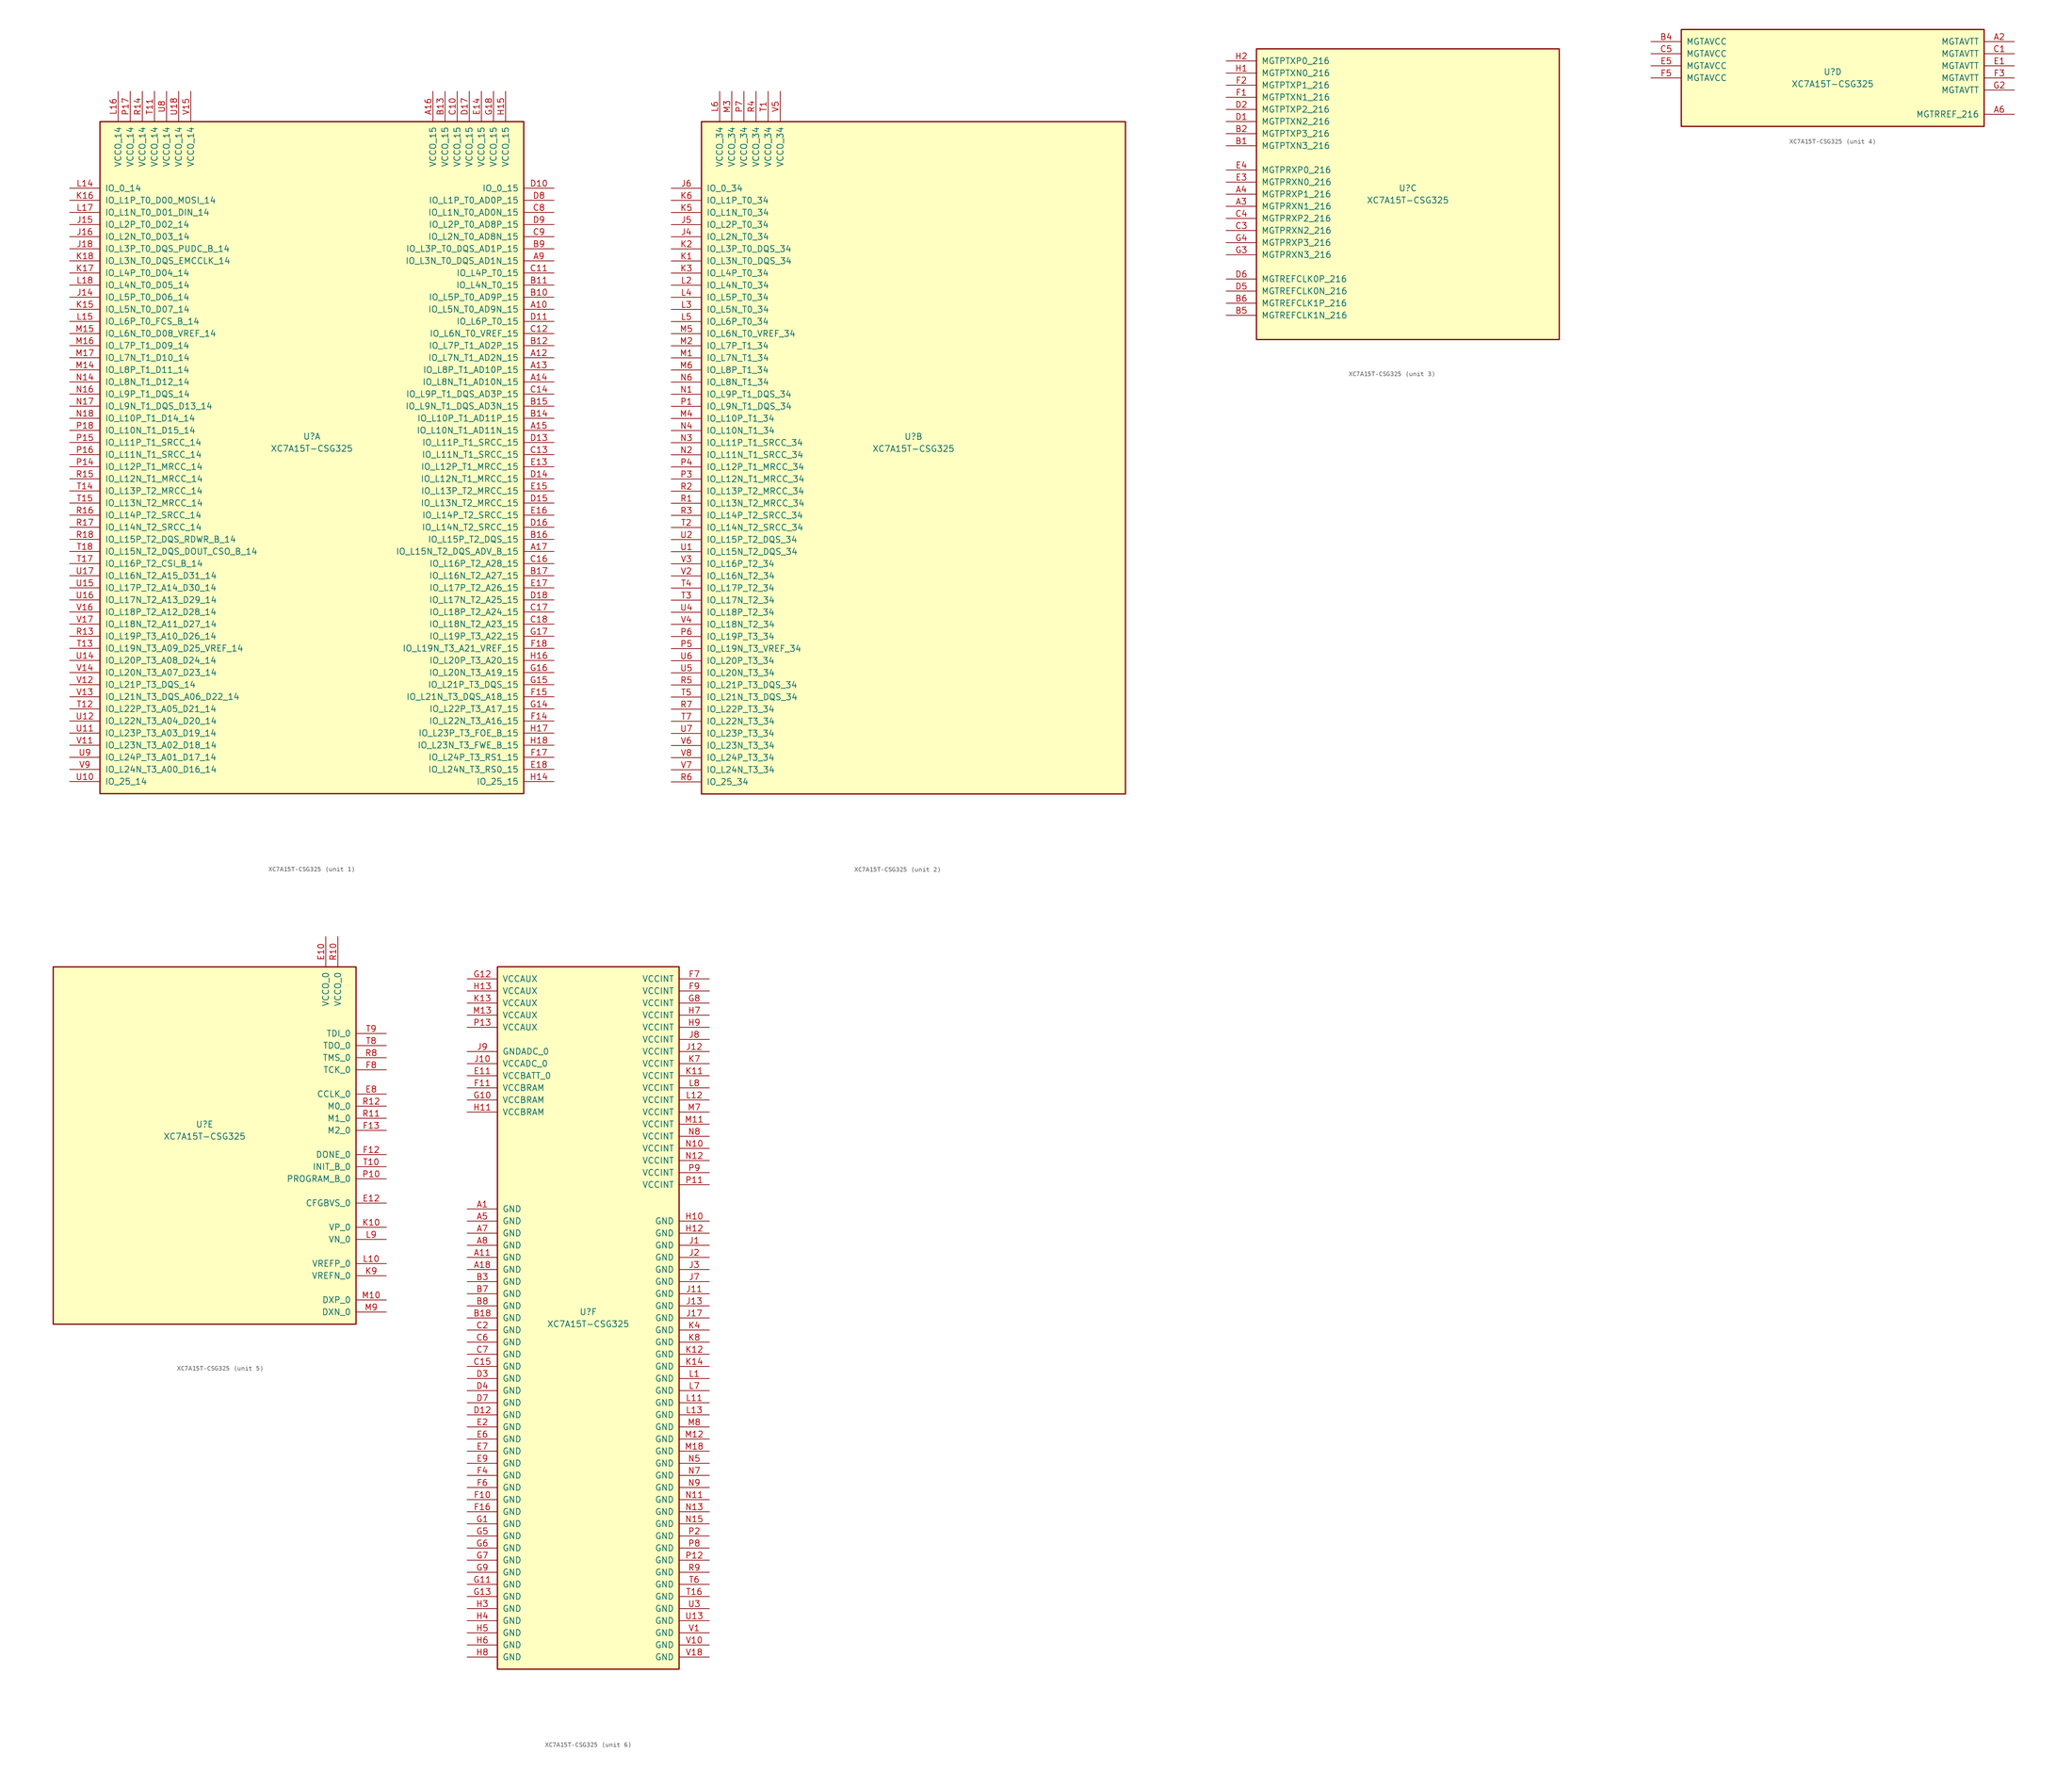
<source format=kicad_sym>
(kicad_symbol_lib
  (version 20201005)
  (generator kicad_symbol_editor)
  (symbol "XC7A15T-CSG325"
    (pin_names
      (offset 1.016))
    (property "Reference" "U"
      (at 0 1.27 0)
      (effects (font (size 1.27 1.27))))
    (property "Value" "XC7A15T-CSG325"
      (at 0 -1.27 0)
      (effects (font (size 1.27 1.27))))
    (property "Datasheet" ""
      (at 0 0 0)
      (effects (font (size 1.27 1.27))))
    (property "ki_locked" ""
      (at 0 0 0)
      (effects (font (size 1.27 1.27))))
    (symbol "XC7A15T-CSG325_1_1"
      (rectangle (start -44.45 67.31) (end 44.45 -73.66) (stroke (width 0.254)) (fill (type background)))
      (pin bidirectional line (at 50.8 27.94 180) (length 6.35) (name "IO_L5N_T0_AD9N_15" (effects (font (size 1.27 1.27)))) (number "A10" (effects (font (size 1.27 1.27)))))
      (pin bidirectional line (at 50.8 17.78 180) (length 6.35) (name "IO_L7N_T1_AD2N_15" (effects (font (size 1.27 1.27)))) (number "A12" (effects (font (size 1.27 1.27)))))
      (pin bidirectional line (at 50.8 15.24 180) (length 6.35) (name "IO_L8P_T1_AD10P_15" (effects (font (size 1.27 1.27)))) (number "A13" (effects (font (size 1.27 1.27)))))
      (pin bidirectional line (at 50.8 12.7 180) (length 6.35) (name "IO_L8N_T1_AD10N_15" (effects (font (size 1.27 1.27)))) (number "A14" (effects (font (size 1.27 1.27)))))
      (pin bidirectional line (at 50.8 2.54 180) (length 6.35) (name "IO_L10N_T1_AD11N_15" (effects (font (size 1.27 1.27)))) (number "A15" (effects (font (size 1.27 1.27)))))
      (pin power_in line (at 25.4 73.66 270) (length 6.35) (name "VCCO_15" (effects (font (size 1.27 1.27)))) (number "A16" (effects (font (size 1.27 1.27)))))
      (pin bidirectional line (at 50.8 -22.86 180) (length 6.35) (name "IO_L15N_T2_DQS_ADV_B_15" (effects (font (size 1.27 1.27)))) (number "A17" (effects (font (size 1.27 1.27)))))
      (pin bidirectional line (at 50.8 38.1 180) (length 6.35) (name "IO_L3N_T0_DQS_AD1N_15" (effects (font (size 1.27 1.27)))) (number "A9" (effects (font (size 1.27 1.27)))))
      (pin bidirectional line (at 50.8 30.48 180) (length 6.35) (name "IO_L5P_T0_AD9P_15" (effects (font (size 1.27 1.27)))) (number "B10" (effects (font (size 1.27 1.27)))))
      (pin bidirectional line (at 50.8 33.02 180) (length 6.35) (name "IO_L4N_T0_15" (effects (font (size 1.27 1.27)))) (number "B11" (effects (font (size 1.27 1.27)))))
      (pin bidirectional line (at 50.8 20.32 180) (length 6.35) (name "IO_L7P_T1_AD2P_15" (effects (font (size 1.27 1.27)))) (number "B12" (effects (font (size 1.27 1.27)))))
      (pin power_in line (at 27.94 73.66 270) (length 6.35) (name "VCCO_15" (effects (font (size 1.27 1.27)))) (number "B13" (effects (font (size 1.27 1.27)))))
      (pin bidirectional line (at 50.8 5.08 180) (length 6.35) (name "IO_L10P_T1_AD11P_15" (effects (font (size 1.27 1.27)))) (number "B14" (effects (font (size 1.27 1.27)))))
      (pin bidirectional line (at 50.8 7.62 180) (length 6.35) (name "IO_L9N_T1_DQS_AD3N_15" (effects (font (size 1.27 1.27)))) (number "B15" (effects (font (size 1.27 1.27)))))
      (pin bidirectional line (at 50.8 -20.32 180) (length 6.35) (name "IO_L15P_T2_DQS_15" (effects (font (size 1.27 1.27)))) (number "B16" (effects (font (size 1.27 1.27)))))
      (pin bidirectional line (at 50.8 -27.94 180) (length 6.35) (name "IO_L16N_T2_A27_15" (effects (font (size 1.27 1.27)))) (number "B17" (effects (font (size 1.27 1.27)))))
      (pin bidirectional line (at 50.8 40.64 180) (length 6.35) (name "IO_L3P_T0_DQS_AD1P_15" (effects (font (size 1.27 1.27)))) (number "B9" (effects (font (size 1.27 1.27)))))
      (pin power_in line (at 30.48 73.66 270) (length 6.35) (name "VCCO_15" (effects (font (size 1.27 1.27)))) (number "C10" (effects (font (size 1.27 1.27)))))
      (pin bidirectional line (at 50.8 35.56 180) (length 6.35) (name "IO_L4P_T0_15" (effects (font (size 1.27 1.27)))) (number "C11" (effects (font (size 1.27 1.27)))))
      (pin bidirectional line (at 50.8 22.86 180) (length 6.35) (name "IO_L6N_T0_VREF_15" (effects (font (size 1.27 1.27)))) (number "C12" (effects (font (size 1.27 1.27)))))
      (pin bidirectional line (at 50.8 -2.54 180) (length 6.35) (name "IO_L11N_T1_SRCC_15" (effects (font (size 1.27 1.27)))) (number "C13" (effects (font (size 1.27 1.27)))))
      (pin bidirectional line (at 50.8 10.16 180) (length 6.35) (name "IO_L9P_T1_DQS_AD3P_15" (effects (font (size 1.27 1.27)))) (number "C14" (effects (font (size 1.27 1.27)))))
      (pin bidirectional line (at 50.8 -25.4 180) (length 6.35) (name "IO_L16P_T2_A28_15" (effects (font (size 1.27 1.27)))) (number "C16" (effects (font (size 1.27 1.27)))))
      (pin bidirectional line (at 50.8 -35.56 180) (length 6.35) (name "IO_L18P_T2_A24_15" (effects (font (size 1.27 1.27)))) (number "C17" (effects (font (size 1.27 1.27)))))
      (pin bidirectional line (at 50.8 -38.1 180) (length 6.35) (name "IO_L18N_T2_A23_15" (effects (font (size 1.27 1.27)))) (number "C18" (effects (font (size 1.27 1.27)))))
      (pin bidirectional line (at 50.8 48.26 180) (length 6.35) (name "IO_L1N_T0_AD0N_15" (effects (font (size 1.27 1.27)))) (number "C8" (effects (font (size 1.27 1.27)))))
      (pin bidirectional line (at 50.8 43.18 180) (length 6.35) (name "IO_L2N_T0_AD8N_15" (effects (font (size 1.27 1.27)))) (number "C9" (effects (font (size 1.27 1.27)))))
      (pin bidirectional line (at 50.8 53.34 180) (length 6.35) (name "IO_0_15" (effects (font (size 1.27 1.27)))) (number "D10" (effects (font (size 1.27 1.27)))))
      (pin bidirectional line (at 50.8 25.4 180) (length 6.35) (name "IO_L6P_T0_15" (effects (font (size 1.27 1.27)))) (number "D11" (effects (font (size 1.27 1.27)))))
      (pin bidirectional line (at 50.8 0 180) (length 6.35) (name "IO_L11P_T1_SRCC_15" (effects (font (size 1.27 1.27)))) (number "D13" (effects (font (size 1.27 1.27)))))
      (pin bidirectional line (at 50.8 -7.62 180) (length 6.35) (name "IO_L12N_T1_MRCC_15" (effects (font (size 1.27 1.27)))) (number "D14" (effects (font (size 1.27 1.27)))))
      (pin bidirectional line (at 50.8 -12.7 180) (length 6.35) (name "IO_L13N_T2_MRCC_15" (effects (font (size 1.27 1.27)))) (number "D15" (effects (font (size 1.27 1.27)))))
      (pin bidirectional line (at 50.8 -17.78 180) (length 6.35) (name "IO_L14N_T2_SRCC_15" (effects (font (size 1.27 1.27)))) (number "D16" (effects (font (size 1.27 1.27)))))
      (pin power_in line (at 33.02 73.66 270) (length 6.35) (name "VCCO_15" (effects (font (size 1.27 1.27)))) (number "D17" (effects (font (size 1.27 1.27)))))
      (pin bidirectional line (at 50.8 -33.02 180) (length 6.35) (name "IO_L17N_T2_A25_15" (effects (font (size 1.27 1.27)))) (number "D18" (effects (font (size 1.27 1.27)))))
      (pin bidirectional line (at 50.8 50.8 180) (length 6.35) (name "IO_L1P_T0_AD0P_15" (effects (font (size 1.27 1.27)))) (number "D8" (effects (font (size 1.27 1.27)))))
      (pin bidirectional line (at 50.8 45.72 180) (length 6.35) (name "IO_L2P_T0_AD8P_15" (effects (font (size 1.27 1.27)))) (number "D9" (effects (font (size 1.27 1.27)))))
      (pin bidirectional line (at 50.8 -5.08 180) (length 6.35) (name "IO_L12P_T1_MRCC_15" (effects (font (size 1.27 1.27)))) (number "E13" (effects (font (size 1.27 1.27)))))
      (pin power_in line (at 35.56 73.66 270) (length 6.35) (name "VCCO_15" (effects (font (size 1.27 1.27)))) (number "E14" (effects (font (size 1.27 1.27)))))
      (pin bidirectional line (at 50.8 -10.16 180) (length 6.35) (name "IO_L13P_T2_MRCC_15" (effects (font (size 1.27 1.27)))) (number "E15" (effects (font (size 1.27 1.27)))))
      (pin bidirectional line (at 50.8 -15.24 180) (length 6.35) (name "IO_L14P_T2_SRCC_15" (effects (font (size 1.27 1.27)))) (number "E16" (effects (font (size 1.27 1.27)))))
      (pin bidirectional line (at 50.8 -30.48 180) (length 6.35) (name "IO_L17P_T2_A26_15" (effects (font (size 1.27 1.27)))) (number "E17" (effects (font (size 1.27 1.27)))))
      (pin bidirectional line (at 50.8 -68.58 180) (length 6.35) (name "IO_L24N_T3_RS0_15" (effects (font (size 1.27 1.27)))) (number "E18" (effects (font (size 1.27 1.27)))))
      (pin bidirectional line (at 50.8 -58.42 180) (length 6.35) (name "IO_L22N_T3_A16_15" (effects (font (size 1.27 1.27)))) (number "F14" (effects (font (size 1.27 1.27)))))
      (pin bidirectional line (at 50.8 -53.34 180) (length 6.35) (name "IO_L21N_T3_DQS_A18_15" (effects (font (size 1.27 1.27)))) (number "F15" (effects (font (size 1.27 1.27)))))
      (pin bidirectional line (at 50.8 -66.04 180) (length 6.35) (name "IO_L24P_T3_RS1_15" (effects (font (size 1.27 1.27)))) (number "F17" (effects (font (size 1.27 1.27)))))
      (pin bidirectional line (at 50.8 -43.18 180) (length 6.35) (name "IO_L19N_T3_A21_VREF_15" (effects (font (size 1.27 1.27)))) (number "F18" (effects (font (size 1.27 1.27)))))
      (pin bidirectional line (at 50.8 -55.88 180) (length 6.35) (name "IO_L22P_T3_A17_15" (effects (font (size 1.27 1.27)))) (number "G14" (effects (font (size 1.27 1.27)))))
      (pin bidirectional line (at 50.8 -50.8 180) (length 6.35) (name "IO_L21P_T3_DQS_15" (effects (font (size 1.27 1.27)))) (number "G15" (effects (font (size 1.27 1.27)))))
      (pin bidirectional line (at 50.8 -48.26 180) (length 6.35) (name "IO_L20N_T3_A19_15" (effects (font (size 1.27 1.27)))) (number "G16" (effects (font (size 1.27 1.27)))))
      (pin bidirectional line (at 50.8 -40.64 180) (length 6.35) (name "IO_L19P_T3_A22_15" (effects (font (size 1.27 1.27)))) (number "G17" (effects (font (size 1.27 1.27)))))
      (pin power_in line (at 38.1 73.66 270) (length 6.35) (name "VCCO_15" (effects (font (size 1.27 1.27)))) (number "G18" (effects (font (size 1.27 1.27)))))
      (pin bidirectional line (at 50.8 -71.12 180) (length 6.35) (name "IO_25_15" (effects (font (size 1.27 1.27)))) (number "H14" (effects (font (size 1.27 1.27)))))
      (pin power_in line (at 40.64 73.66 270) (length 6.35) (name "VCCO_15" (effects (font (size 1.27 1.27)))) (number "H15" (effects (font (size 1.27 1.27)))))
      (pin bidirectional line (at 50.8 -45.72 180) (length 6.35) (name "IO_L20P_T3_A20_15" (effects (font (size 1.27 1.27)))) (number "H16" (effects (font (size 1.27 1.27)))))
      (pin bidirectional line (at 50.8 -60.96 180) (length 6.35) (name "IO_L23P_T3_FOE_B_15" (effects (font (size 1.27 1.27)))) (number "H17" (effects (font (size 1.27 1.27)))))
      (pin bidirectional line (at 50.8 -63.5 180) (length 6.35) (name "IO_L23N_T3_FWE_B_15" (effects (font (size 1.27 1.27)))) (number "H18" (effects (font (size 1.27 1.27)))))
      (pin bidirectional line (at -50.8 30.48 0) (length 6.35) (name "IO_L5P_T0_D06_14" (effects (font (size 1.27 1.27)))) (number "J14" (effects (font (size 1.27 1.27)))))
      (pin bidirectional line (at -50.8 45.72 0) (length 6.35) (name "IO_L2P_T0_D02_14" (effects (font (size 1.27 1.27)))) (number "J15" (effects (font (size 1.27 1.27)))))
      (pin bidirectional line (at -50.8 43.18 0) (length 6.35) (name "IO_L2N_T0_D03_14" (effects (font (size 1.27 1.27)))) (number "J16" (effects (font (size 1.27 1.27)))))
      (pin bidirectional line (at -50.8 40.64 0) (length 6.35) (name "IO_L3P_T0_DQS_PUDC_B_14" (effects (font (size 1.27 1.27)))) (number "J18" (effects (font (size 1.27 1.27)))))
      (pin bidirectional line (at -50.8 27.94 0) (length 6.35) (name "IO_L5N_T0_D07_14" (effects (font (size 1.27 1.27)))) (number "K15" (effects (font (size 1.27 1.27)))))
      (pin bidirectional line (at -50.8 50.8 0) (length 6.35) (name "IO_L1P_T0_D00_MOSI_14" (effects (font (size 1.27 1.27)))) (number "K16" (effects (font (size 1.27 1.27)))))
      (pin bidirectional line (at -50.8 35.56 0) (length 6.35) (name "IO_L4P_T0_D04_14" (effects (font (size 1.27 1.27)))) (number "K17" (effects (font (size 1.27 1.27)))))
      (pin bidirectional line (at -50.8 38.1 0) (length 6.35) (name "IO_L3N_T0_DQS_EMCCLK_14" (effects (font (size 1.27 1.27)))) (number "K18" (effects (font (size 1.27 1.27)))))
      (pin bidirectional line (at -50.8 53.34 0) (length 6.35) (name "IO_0_14" (effects (font (size 1.27 1.27)))) (number "L14" (effects (font (size 1.27 1.27)))))
      (pin bidirectional line (at -50.8 25.4 0) (length 6.35) (name "IO_L6P_T0_FCS_B_14" (effects (font (size 1.27 1.27)))) (number "L15" (effects (font (size 1.27 1.27)))))
      (pin power_in line (at -40.64 73.66 270) (length 6.35) (name "VCCO_14" (effects (font (size 1.27 1.27)))) (number "L16" (effects (font (size 1.27 1.27)))))
      (pin bidirectional line (at -50.8 48.26 0) (length 6.35) (name "IO_L1N_T0_D01_DIN_14" (effects (font (size 1.27 1.27)))) (number "L17" (effects (font (size 1.27 1.27)))))
      (pin bidirectional line (at -50.8 33.02 0) (length 6.35) (name "IO_L4N_T0_D05_14" (effects (font (size 1.27 1.27)))) (number "L18" (effects (font (size 1.27 1.27)))))
      (pin bidirectional line (at -50.8 15.24 0) (length 6.35) (name "IO_L8P_T1_D11_14" (effects (font (size 1.27 1.27)))) (number "M14" (effects (font (size 1.27 1.27)))))
      (pin bidirectional line (at -50.8 22.86 0) (length 6.35) (name "IO_L6N_T0_D08_VREF_14" (effects (font (size 1.27 1.27)))) (number "M15" (effects (font (size 1.27 1.27)))))
      (pin bidirectional line (at -50.8 20.32 0) (length 6.35) (name "IO_L7P_T1_D09_14" (effects (font (size 1.27 1.27)))) (number "M16" (effects (font (size 1.27 1.27)))))
      (pin bidirectional line (at -50.8 17.78 0) (length 6.35) (name "IO_L7N_T1_D10_14" (effects (font (size 1.27 1.27)))) (number "M17" (effects (font (size 1.27 1.27)))))
      (pin bidirectional line (at -50.8 12.7 0) (length 6.35) (name "IO_L8N_T1_D12_14" (effects (font (size 1.27 1.27)))) (number "N14" (effects (font (size 1.27 1.27)))))
      (pin bidirectional line (at -50.8 10.16 0) (length 6.35) (name "IO_L9P_T1_DQS_14" (effects (font (size 1.27 1.27)))) (number "N16" (effects (font (size 1.27 1.27)))))
      (pin bidirectional line (at -50.8 7.62 0) (length 6.35) (name "IO_L9N_T1_DQS_D13_14" (effects (font (size 1.27 1.27)))) (number "N17" (effects (font (size 1.27 1.27)))))
      (pin bidirectional line (at -50.8 5.08 0) (length 6.35) (name "IO_L10P_T1_D14_14" (effects (font (size 1.27 1.27)))) (number "N18" (effects (font (size 1.27 1.27)))))
      (pin bidirectional line (at -50.8 -5.08 0) (length 6.35) (name "IO_L12P_T1_MRCC_14" (effects (font (size 1.27 1.27)))) (number "P14" (effects (font (size 1.27 1.27)))))
      (pin bidirectional line (at -50.8 0 0) (length 6.35) (name "IO_L11P_T1_SRCC_14" (effects (font (size 1.27 1.27)))) (number "P15" (effects (font (size 1.27 1.27)))))
      (pin bidirectional line (at -50.8 -2.54 0) (length 6.35) (name "IO_L11N_T1_SRCC_14" (effects (font (size 1.27 1.27)))) (number "P16" (effects (font (size 1.27 1.27)))))
      (pin power_in line (at -38.1 73.66 270) (length 6.35) (name "VCCO_14" (effects (font (size 1.27 1.27)))) (number "P17" (effects (font (size 1.27 1.27)))))
      (pin bidirectional line (at -50.8 2.54 0) (length 6.35) (name "IO_L10N_T1_D15_14" (effects (font (size 1.27 1.27)))) (number "P18" (effects (font (size 1.27 1.27)))))
      (pin bidirectional line (at -50.8 -40.64 0) (length 6.35) (name "IO_L19P_T3_A10_D26_14" (effects (font (size 1.27 1.27)))) (number "R13" (effects (font (size 1.27 1.27)))))
      (pin power_in line (at -35.56 73.66 270) (length 6.35) (name "VCCO_14" (effects (font (size 1.27 1.27)))) (number "R14" (effects (font (size 1.27 1.27)))))
      (pin bidirectional line (at -50.8 -7.62 0) (length 6.35) (name "IO_L12N_T1_MRCC_14" (effects (font (size 1.27 1.27)))) (number "R15" (effects (font (size 1.27 1.27)))))
      (pin bidirectional line (at -50.8 -15.24 0) (length 6.35) (name "IO_L14P_T2_SRCC_14" (effects (font (size 1.27 1.27)))) (number "R16" (effects (font (size 1.27 1.27)))))
      (pin bidirectional line (at -50.8 -17.78 0) (length 6.35) (name "IO_L14N_T2_SRCC_14" (effects (font (size 1.27 1.27)))) (number "R17" (effects (font (size 1.27 1.27)))))
      (pin bidirectional line (at -50.8 -20.32 0) (length 6.35) (name "IO_L15P_T2_DQS_RDWR_B_14" (effects (font (size 1.27 1.27)))) (number "R18" (effects (font (size 1.27 1.27)))))
      (pin power_in line (at -33.02 73.66 270) (length 6.35) (name "VCCO_14" (effects (font (size 1.27 1.27)))) (number "T11" (effects (font (size 1.27 1.27)))))
      (pin bidirectional line (at -50.8 -55.88 0) (length 6.35) (name "IO_L22P_T3_A05_D21_14" (effects (font (size 1.27 1.27)))) (number "T12" (effects (font (size 1.27 1.27)))))
      (pin bidirectional line (at -50.8 -43.18 0) (length 6.35) (name "IO_L19N_T3_A09_D25_VREF_14" (effects (font (size 1.27 1.27)))) (number "T13" (effects (font (size 1.27 1.27)))))
      (pin bidirectional line (at -50.8 -10.16 0) (length 6.35) (name "IO_L13P_T2_MRCC_14" (effects (font (size 1.27 1.27)))) (number "T14" (effects (font (size 1.27 1.27)))))
      (pin bidirectional line (at -50.8 -12.7 0) (length 6.35) (name "IO_L13N_T2_MRCC_14" (effects (font (size 1.27 1.27)))) (number "T15" (effects (font (size 1.27 1.27)))))
      (pin bidirectional line (at -50.8 -25.4 0) (length 6.35) (name "IO_L16P_T2_CSI_B_14" (effects (font (size 1.27 1.27)))) (number "T17" (effects (font (size 1.27 1.27)))))
      (pin bidirectional line (at -50.8 -22.86 0) (length 6.35) (name "IO_L15N_T2_DQS_DOUT_CSO_B_14" (effects (font (size 1.27 1.27)))) (number "T18" (effects (font (size 1.27 1.27)))))
      (pin bidirectional line (at -50.8 -71.12 0) (length 6.35) (name "IO_25_14" (effects (font (size 1.27 1.27)))) (number "U10" (effects (font (size 1.27 1.27)))))
      (pin bidirectional line (at -50.8 -60.96 0) (length 6.35) (name "IO_L23P_T3_A03_D19_14" (effects (font (size 1.27 1.27)))) (number "U11" (effects (font (size 1.27 1.27)))))
      (pin bidirectional line (at -50.8 -58.42 0) (length 6.35) (name "IO_L22N_T3_A04_D20_14" (effects (font (size 1.27 1.27)))) (number "U12" (effects (font (size 1.27 1.27)))))
      (pin bidirectional line (at -50.8 -45.72 0) (length 6.35) (name "IO_L20P_T3_A08_D24_14" (effects (font (size 1.27 1.27)))) (number "U14" (effects (font (size 1.27 1.27)))))
      (pin bidirectional line (at -50.8 -30.48 0) (length 6.35) (name "IO_L17P_T2_A14_D30_14" (effects (font (size 1.27 1.27)))) (number "U15" (effects (font (size 1.27 1.27)))))
      (pin bidirectional line (at -50.8 -33.02 0) (length 6.35) (name "IO_L17N_T2_A13_D29_14" (effects (font (size 1.27 1.27)))) (number "U16" (effects (font (size 1.27 1.27)))))
      (pin bidirectional line (at -50.8 -27.94 0) (length 6.35) (name "IO_L16N_T2_A15_D31_14" (effects (font (size 1.27 1.27)))) (number "U17" (effects (font (size 1.27 1.27)))))
      (pin power_in line (at -27.94 73.66 270) (length 6.35) (name "VCCO_14" (effects (font (size 1.27 1.27)))) (number "U18" (effects (font (size 1.27 1.27)))))
      (pin power_in line (at -30.48 73.66 270) (length 6.35) (name "VCCO_14" (effects (font (size 1.27 1.27)))) (number "U8" (effects (font (size 1.27 1.27)))))
      (pin bidirectional line (at -50.8 -66.04 0) (length 6.35) (name "IO_L24P_T3_A01_D17_14" (effects (font (size 1.27 1.27)))) (number "U9" (effects (font (size 1.27 1.27)))))
      (pin bidirectional line (at -50.8 -63.5 0) (length 6.35) (name "IO_L23N_T3_A02_D18_14" (effects (font (size 1.27 1.27)))) (number "V11" (effects (font (size 1.27 1.27)))))
      (pin bidirectional line (at -50.8 -50.8 0) (length 6.35) (name "IO_L21P_T3_DQS_14" (effects (font (size 1.27 1.27)))) (number "V12" (effects (font (size 1.27 1.27)))))
      (pin bidirectional line (at -50.8 -53.34 0) (length 6.35) (name "IO_L21N_T3_DQS_A06_D22_14" (effects (font (size 1.27 1.27)))) (number "V13" (effects (font (size 1.27 1.27)))))
      (pin bidirectional line (at -50.8 -48.26 0) (length 6.35) (name "IO_L20N_T3_A07_D23_14" (effects (font (size 1.27 1.27)))) (number "V14" (effects (font (size 1.27 1.27)))))
      (pin power_in line (at -25.4 73.66 270) (length 6.35) (name "VCCO_14" (effects (font (size 1.27 1.27)))) (number "V15" (effects (font (size 1.27 1.27)))))
      (pin bidirectional line (at -50.8 -35.56 0) (length 6.35) (name "IO_L18P_T2_A12_D28_14" (effects (font (size 1.27 1.27)))) (number "V16" (effects (font (size 1.27 1.27)))))
      (pin bidirectional line (at -50.8 -38.1 0) (length 6.35) (name "IO_L18N_T2_A11_D27_14" (effects (font (size 1.27 1.27)))) (number "V17" (effects (font (size 1.27 1.27)))))
      (pin bidirectional line (at -50.8 -68.58 0) (length 6.35) (name "IO_L24N_T3_A00_D16_14" (effects (font (size 1.27 1.27)))) (number "V9" (effects (font (size 1.27 1.27))))))
    (symbol "XC7A15T-CSG325_2_1"
      (rectangle (start -44.45 67.31) (end 44.45 -73.66) (stroke (width 0.254)) (fill (type background)))
      (pin bidirectional line (at -50.8 43.18 0) (length 6.35) (name "IO_L2N_T0_34" (effects (font (size 1.27 1.27)))) (number "J4" (effects (font (size 1.27 1.27)))))
      (pin bidirectional line (at -50.8 45.72 0) (length 6.35) (name "IO_L2P_T0_34" (effects (font (size 1.27 1.27)))) (number "J5" (effects (font (size 1.27 1.27)))))
      (pin bidirectional line (at -50.8 53.34 0) (length 6.35) (name "IO_0_34" (effects (font (size 1.27 1.27)))) (number "J6" (effects (font (size 1.27 1.27)))))
      (pin bidirectional line (at -50.8 38.1 0) (length 6.35) (name "IO_L3N_T0_DQS_34" (effects (font (size 1.27 1.27)))) (number "K1" (effects (font (size 1.27 1.27)))))
      (pin bidirectional line (at -50.8 40.64 0) (length 6.35) (name "IO_L3P_T0_DQS_34" (effects (font (size 1.27 1.27)))) (number "K2" (effects (font (size 1.27 1.27)))))
      (pin bidirectional line (at -50.8 35.56 0) (length 6.35) (name "IO_L4P_T0_34" (effects (font (size 1.27 1.27)))) (number "K3" (effects (font (size 1.27 1.27)))))
      (pin bidirectional line (at -50.8 48.26 0) (length 6.35) (name "IO_L1N_T0_34" (effects (font (size 1.27 1.27)))) (number "K5" (effects (font (size 1.27 1.27)))))
      (pin bidirectional line (at -50.8 50.8 0) (length 6.35) (name "IO_L1P_T0_34" (effects (font (size 1.27 1.27)))) (number "K6" (effects (font (size 1.27 1.27)))))
      (pin bidirectional line (at -50.8 33.02 0) (length 6.35) (name "IO_L4N_T0_34" (effects (font (size 1.27 1.27)))) (number "L2" (effects (font (size 1.27 1.27)))))
      (pin bidirectional line (at -50.8 27.94 0) (length 6.35) (name "IO_L5N_T0_34" (effects (font (size 1.27 1.27)))) (number "L3" (effects (font (size 1.27 1.27)))))
      (pin bidirectional line (at -50.8 30.48 0) (length 6.35) (name "IO_L5P_T0_34" (effects (font (size 1.27 1.27)))) (number "L4" (effects (font (size 1.27 1.27)))))
      (pin bidirectional line (at -50.8 25.4 0) (length 6.35) (name "IO_L6P_T0_34" (effects (font (size 1.27 1.27)))) (number "L5" (effects (font (size 1.27 1.27)))))
      (pin power_in line (at -40.64 73.66 270) (length 6.35) (name "VCCO_34" (effects (font (size 1.27 1.27)))) (number "L6" (effects (font (size 1.27 1.27)))))
      (pin bidirectional line (at -50.8 17.78 0) (length 6.35) (name "IO_L7N_T1_34" (effects (font (size 1.27 1.27)))) (number "M1" (effects (font (size 1.27 1.27)))))
      (pin bidirectional line (at -50.8 20.32 0) (length 6.35) (name "IO_L7P_T1_34" (effects (font (size 1.27 1.27)))) (number "M2" (effects (font (size 1.27 1.27)))))
      (pin power_in line (at -38.1 73.66 270) (length 6.35) (name "VCCO_34" (effects (font (size 1.27 1.27)))) (number "M3" (effects (font (size 1.27 1.27)))))
      (pin bidirectional line (at -50.8 5.08 0) (length 6.35) (name "IO_L10P_T1_34" (effects (font (size 1.27 1.27)))) (number "M4" (effects (font (size 1.27 1.27)))))
      (pin bidirectional line (at -50.8 22.86 0) (length 6.35) (name "IO_L6N_T0_VREF_34" (effects (font (size 1.27 1.27)))) (number "M5" (effects (font (size 1.27 1.27)))))
      (pin bidirectional line (at -50.8 15.24 0) (length 6.35) (name "IO_L8P_T1_34" (effects (font (size 1.27 1.27)))) (number "M6" (effects (font (size 1.27 1.27)))))
      (pin bidirectional line (at -50.8 10.16 0) (length 6.35) (name "IO_L9P_T1_DQS_34" (effects (font (size 1.27 1.27)))) (number "N1" (effects (font (size 1.27 1.27)))))
      (pin bidirectional line (at -50.8 -2.54 0) (length 6.35) (name "IO_L11N_T1_SRCC_34" (effects (font (size 1.27 1.27)))) (number "N2" (effects (font (size 1.27 1.27)))))
      (pin bidirectional line (at -50.8 0 0) (length 6.35) (name "IO_L11P_T1_SRCC_34" (effects (font (size 1.27 1.27)))) (number "N3" (effects (font (size 1.27 1.27)))))
      (pin bidirectional line (at -50.8 2.54 0) (length 6.35) (name "IO_L10N_T1_34" (effects (font (size 1.27 1.27)))) (number "N4" (effects (font (size 1.27 1.27)))))
      (pin bidirectional line (at -50.8 12.7 0) (length 6.35) (name "IO_L8N_T1_34" (effects (font (size 1.27 1.27)))) (number "N6" (effects (font (size 1.27 1.27)))))
      (pin bidirectional line (at -50.8 7.62 0) (length 6.35) (name "IO_L9N_T1_DQS_34" (effects (font (size 1.27 1.27)))) (number "P1" (effects (font (size 1.27 1.27)))))
      (pin bidirectional line (at -50.8 -7.62 0) (length 6.35) (name "IO_L12N_T1_MRCC_34" (effects (font (size 1.27 1.27)))) (number "P3" (effects (font (size 1.27 1.27)))))
      (pin bidirectional line (at -50.8 -5.08 0) (length 6.35) (name "IO_L12P_T1_MRCC_34" (effects (font (size 1.27 1.27)))) (number "P4" (effects (font (size 1.27 1.27)))))
      (pin bidirectional line (at -50.8 -43.18 0) (length 6.35) (name "IO_L19N_T3_VREF_34" (effects (font (size 1.27 1.27)))) (number "P5" (effects (font (size 1.27 1.27)))))
      (pin bidirectional line (at -50.8 -40.64 0) (length 6.35) (name "IO_L19P_T3_34" (effects (font (size 1.27 1.27)))) (number "P6" (effects (font (size 1.27 1.27)))))
      (pin power_in line (at -35.56 73.66 270) (length 6.35) (name "VCCO_34" (effects (font (size 1.27 1.27)))) (number "P7" (effects (font (size 1.27 1.27)))))
      (pin bidirectional line (at -50.8 -12.7 0) (length 6.35) (name "IO_L13N_T2_MRCC_34" (effects (font (size 1.27 1.27)))) (number "R1" (effects (font (size 1.27 1.27)))))
      (pin bidirectional line (at -50.8 -10.16 0) (length 6.35) (name "IO_L13P_T2_MRCC_34" (effects (font (size 1.27 1.27)))) (number "R2" (effects (font (size 1.27 1.27)))))
      (pin bidirectional line (at -50.8 -15.24 0) (length 6.35) (name "IO_L14P_T2_SRCC_34" (effects (font (size 1.27 1.27)))) (number "R3" (effects (font (size 1.27 1.27)))))
      (pin power_in line (at -33.02 73.66 270) (length 6.35) (name "VCCO_34" (effects (font (size 1.27 1.27)))) (number "R4" (effects (font (size 1.27 1.27)))))
      (pin bidirectional line (at -50.8 -50.8 0) (length 6.35) (name "IO_L21P_T3_DQS_34" (effects (font (size 1.27 1.27)))) (number "R5" (effects (font (size 1.27 1.27)))))
      (pin bidirectional line (at -50.8 -71.12 0) (length 6.35) (name "IO_25_34" (effects (font (size 1.27 1.27)))) (number "R6" (effects (font (size 1.27 1.27)))))
      (pin bidirectional line (at -50.8 -55.88 0) (length 6.35) (name "IO_L22P_T3_34" (effects (font (size 1.27 1.27)))) (number "R7" (effects (font (size 1.27 1.27)))))
      (pin power_in line (at -30.48 73.66 270) (length 6.35) (name "VCCO_34" (effects (font (size 1.27 1.27)))) (number "T1" (effects (font (size 1.27 1.27)))))
      (pin bidirectional line (at -50.8 -17.78 0) (length 6.35) (name "IO_L14N_T2_SRCC_34" (effects (font (size 1.27 1.27)))) (number "T2" (effects (font (size 1.27 1.27)))))
      (pin bidirectional line (at -50.8 -33.02 0) (length 6.35) (name "IO_L17N_T2_34" (effects (font (size 1.27 1.27)))) (number "T3" (effects (font (size 1.27 1.27)))))
      (pin bidirectional line (at -50.8 -30.48 0) (length 6.35) (name "IO_L17P_T2_34" (effects (font (size 1.27 1.27)))) (number "T4" (effects (font (size 1.27 1.27)))))
      (pin bidirectional line (at -50.8 -53.34 0) (length 6.35) (name "IO_L21N_T3_DQS_34" (effects (font (size 1.27 1.27)))) (number "T5" (effects (font (size 1.27 1.27)))))
      (pin bidirectional line (at -50.8 -58.42 0) (length 6.35) (name "IO_L22N_T3_34" (effects (font (size 1.27 1.27)))) (number "T7" (effects (font (size 1.27 1.27)))))
      (pin bidirectional line (at -50.8 -22.86 0) (length 6.35) (name "IO_L15N_T2_DQS_34" (effects (font (size 1.27 1.27)))) (number "U1" (effects (font (size 1.27 1.27)))))
      (pin bidirectional line (at -50.8 -20.32 0) (length 6.35) (name "IO_L15P_T2_DQS_34" (effects (font (size 1.27 1.27)))) (number "U2" (effects (font (size 1.27 1.27)))))
      (pin bidirectional line (at -50.8 -35.56 0) (length 6.35) (name "IO_L18P_T2_34" (effects (font (size 1.27 1.27)))) (number "U4" (effects (font (size 1.27 1.27)))))
      (pin bidirectional line (at -50.8 -48.26 0) (length 6.35) (name "IO_L20N_T3_34" (effects (font (size 1.27 1.27)))) (number "U5" (effects (font (size 1.27 1.27)))))
      (pin bidirectional line (at -50.8 -45.72 0) (length 6.35) (name "IO_L20P_T3_34" (effects (font (size 1.27 1.27)))) (number "U6" (effects (font (size 1.27 1.27)))))
      (pin bidirectional line (at -50.8 -60.96 0) (length 6.35) (name "IO_L23P_T3_34" (effects (font (size 1.27 1.27)))) (number "U7" (effects (font (size 1.27 1.27)))))
      (pin bidirectional line (at -50.8 -27.94 0) (length 6.35) (name "IO_L16N_T2_34" (effects (font (size 1.27 1.27)))) (number "V2" (effects (font (size 1.27 1.27)))))
      (pin bidirectional line (at -50.8 -25.4 0) (length 6.35) (name "IO_L16P_T2_34" (effects (font (size 1.27 1.27)))) (number "V3" (effects (font (size 1.27 1.27)))))
      (pin bidirectional line (at -50.8 -38.1 0) (length 6.35) (name "IO_L18N_T2_34" (effects (font (size 1.27 1.27)))) (number "V4" (effects (font (size 1.27 1.27)))))
      (pin power_in line (at -27.94 73.66 270) (length 6.35) (name "VCCO_34" (effects (font (size 1.27 1.27)))) (number "V5" (effects (font (size 1.27 1.27)))))
      (pin bidirectional line (at -50.8 -63.5 0) (length 6.35) (name "IO_L23N_T3_34" (effects (font (size 1.27 1.27)))) (number "V6" (effects (font (size 1.27 1.27)))))
      (pin bidirectional line (at -50.8 -68.58 0) (length 6.35) (name "IO_L24N_T3_34" (effects (font (size 1.27 1.27)))) (number "V7" (effects (font (size 1.27 1.27)))))
      (pin bidirectional line (at -50.8 -66.04 0) (length 6.35) (name "IO_L24P_T3_34" (effects (font (size 1.27 1.27)))) (number "V8" (effects (font (size 1.27 1.27))))))
    (symbol "XC7A15T-CSG325_3_1"
      (rectangle (start -31.75 30.48) (end 31.75 -30.48) (stroke (width 0.254)) (fill (type background)))
      (pin bidirectional line (at -38.1 -2.54 0) (length 6.35) (name "MGTPRXN1_216" (effects (font (size 1.27 1.27)))) (number "A3" (effects (font (size 1.27 1.27)))))
      (pin bidirectional line (at -38.1 0 0) (length 6.35) (name "MGTPRXP1_216" (effects (font (size 1.27 1.27)))) (number "A4" (effects (font (size 1.27 1.27)))))
      (pin bidirectional line (at -38.1 10.16 0) (length 6.35) (name "MGTPTXN3_216" (effects (font (size 1.27 1.27)))) (number "B1" (effects (font (size 1.27 1.27)))))
      (pin bidirectional line (at -38.1 12.7 0) (length 6.35) (name "MGTPTXP3_216" (effects (font (size 1.27 1.27)))) (number "B2" (effects (font (size 1.27 1.27)))))
      (pin bidirectional line (at -38.1 -25.4 0) (length 6.35) (name "MGTREFCLK1N_216" (effects (font (size 1.27 1.27)))) (number "B5" (effects (font (size 1.27 1.27)))))
      (pin bidirectional line (at -38.1 -22.86 0) (length 6.35) (name "MGTREFCLK1P_216" (effects (font (size 1.27 1.27)))) (number "B6" (effects (font (size 1.27 1.27)))))
      (pin bidirectional line (at -38.1 -7.62 0) (length 6.35) (name "MGTPRXN2_216" (effects (font (size 1.27 1.27)))) (number "C3" (effects (font (size 1.27 1.27)))))
      (pin bidirectional line (at -38.1 -5.08 0) (length 6.35) (name "MGTPRXP2_216" (effects (font (size 1.27 1.27)))) (number "C4" (effects (font (size 1.27 1.27)))))
      (pin bidirectional line (at -38.1 15.24 0) (length 6.35) (name "MGTPTXN2_216" (effects (font (size 1.27 1.27)))) (number "D1" (effects (font (size 1.27 1.27)))))
      (pin bidirectional line (at -38.1 17.78 0) (length 6.35) (name "MGTPTXP2_216" (effects (font (size 1.27 1.27)))) (number "D2" (effects (font (size 1.27 1.27)))))
      (pin bidirectional line (at -38.1 -20.32 0) (length 6.35) (name "MGTREFCLK0N_216" (effects (font (size 1.27 1.27)))) (number "D5" (effects (font (size 1.27 1.27)))))
      (pin bidirectional line (at -38.1 -17.78 0) (length 6.35) (name "MGTREFCLK0P_216" (effects (font (size 1.27 1.27)))) (number "D6" (effects (font (size 1.27 1.27)))))
      (pin bidirectional line (at -38.1 2.54 0) (length 6.35) (name "MGTPRXN0_216" (effects (font (size 1.27 1.27)))) (number "E3" (effects (font (size 1.27 1.27)))))
      (pin bidirectional line (at -38.1 5.08 0) (length 6.35) (name "MGTPRXP0_216" (effects (font (size 1.27 1.27)))) (number "E4" (effects (font (size 1.27 1.27)))))
      (pin bidirectional line (at -38.1 20.32 0) (length 6.35) (name "MGTPTXN1_216" (effects (font (size 1.27 1.27)))) (number "F1" (effects (font (size 1.27 1.27)))))
      (pin bidirectional line (at -38.1 22.86 0) (length 6.35) (name "MGTPTXP1_216" (effects (font (size 1.27 1.27)))) (number "F2" (effects (font (size 1.27 1.27)))))
      (pin bidirectional line (at -38.1 -12.7 0) (length 6.35) (name "MGTPRXN3_216" (effects (font (size 1.27 1.27)))) (number "G3" (effects (font (size 1.27 1.27)))))
      (pin bidirectional line (at -38.1 -10.16 0) (length 6.35) (name "MGTPRXP3_216" (effects (font (size 1.27 1.27)))) (number "G4" (effects (font (size 1.27 1.27)))))
      (pin bidirectional line (at -38.1 25.4 0) (length 6.35) (name "MGTPTXN0_216" (effects (font (size 1.27 1.27)))) (number "H1" (effects (font (size 1.27 1.27)))))
      (pin bidirectional line (at -38.1 27.94 0) (length 6.35) (name "MGTPTXP0_216" (effects (font (size 1.27 1.27)))) (number "H2" (effects (font (size 1.27 1.27))))))
    (symbol "XC7A15T-CSG325_4_1"
      (rectangle (start -31.75 10.16) (end 31.75 -10.16) (stroke (width 0.254)) (fill (type background)))
      (pin power_in line (at 38.1 7.62 180) (length 6.35) (name "MGTAVTT" (effects (font (size 1.27 1.27)))) (number "A2" (effects (font (size 1.27 1.27)))))
      (pin power_in line (at 38.1 -7.62 180) (length 6.35) (name "MGTRREF_216" (effects (font (size 1.27 1.27)))) (number "A6" (effects (font (size 1.27 1.27)))))
      (pin power_in line (at -38.1 7.62 0) (length 6.35) (name "MGTAVCC" (effects (font (size 1.27 1.27)))) (number "B4" (effects (font (size 1.27 1.27)))))
      (pin power_in line (at 38.1 5.08 180) (length 6.35) (name "MGTAVTT" (effects (font (size 1.27 1.27)))) (number "C1" (effects (font (size 1.27 1.27)))))
      (pin power_in line (at -38.1 5.08 0) (length 6.35) (name "MGTAVCC" (effects (font (size 1.27 1.27)))) (number "C5" (effects (font (size 1.27 1.27)))))
      (pin power_in line (at 38.1 2.54 180) (length 6.35) (name "MGTAVTT" (effects (font (size 1.27 1.27)))) (number "E1" (effects (font (size 1.27 1.27)))))
      (pin power_in line (at -38.1 2.54 0) (length 6.35) (name "MGTAVCC" (effects (font (size 1.27 1.27)))) (number "E5" (effects (font (size 1.27 1.27)))))
      (pin power_in line (at 38.1 0 180) (length 6.35) (name "MGTAVTT" (effects (font (size 1.27 1.27)))) (number "F3" (effects (font (size 1.27 1.27)))))
      (pin power_in line (at -38.1 0 0) (length 6.35) (name "MGTAVCC" (effects (font (size 1.27 1.27)))) (number "F5" (effects (font (size 1.27 1.27)))))
      (pin power_in line (at 38.1 -2.54 180) (length 6.35) (name "MGTAVTT" (effects (font (size 1.27 1.27)))) (number "G2" (effects (font (size 1.27 1.27))))))
    (symbol "XC7A15T-CSG325_5_1"
      (rectangle (start -31.75 34.29) (end 31.75 -40.64) (stroke (width 0.254)) (fill (type background)))
      (pin power_in line (at 25.4 40.64 270) (length 6.35) (name "VCCO_0" (effects (font (size 1.27 1.27)))) (number "E10" (effects (font (size 1.27 1.27)))))
      (pin bidirectional line (at 38.1 -15.24 180) (length 6.35) (name "CFGBVS_0" (effects (font (size 1.27 1.27)))) (number "E12" (effects (font (size 1.27 1.27)))))
      (pin bidirectional line (at 38.1 7.62 180) (length 6.35) (name "CCLK_0" (effects (font (size 1.27 1.27)))) (number "E8" (effects (font (size 1.27 1.27)))))
      (pin bidirectional line (at 38.1 -5.08 180) (length 6.35) (name "DONE_0" (effects (font (size 1.27 1.27)))) (number "F12" (effects (font (size 1.27 1.27)))))
      (pin bidirectional line (at 38.1 0 180) (length 6.35) (name "M2_0" (effects (font (size 1.27 1.27)))) (number "F13" (effects (font (size 1.27 1.27)))))
      (pin bidirectional line (at 38.1 12.7 180) (length 6.35) (name "TCK_0" (effects (font (size 1.27 1.27)))) (number "F8" (effects (font (size 1.27 1.27)))))
      (pin bidirectional line (at 38.1 -20.32 180) (length 6.35) (name "VP_0" (effects (font (size 1.27 1.27)))) (number "K10" (effects (font (size 1.27 1.27)))))
      (pin bidirectional line (at 38.1 -30.48 180) (length 6.35) (name "VREFN_0" (effects (font (size 1.27 1.27)))) (number "K9" (effects (font (size 1.27 1.27)))))
      (pin bidirectional line (at 38.1 -27.94 180) (length 6.35) (name "VREFP_0" (effects (font (size 1.27 1.27)))) (number "L10" (effects (font (size 1.27 1.27)))))
      (pin bidirectional line (at 38.1 -22.86 180) (length 6.35) (name "VN_0" (effects (font (size 1.27 1.27)))) (number "L9" (effects (font (size 1.27 1.27)))))
      (pin bidirectional line (at 38.1 -35.56 180) (length 6.35) (name "DXP_0" (effects (font (size 1.27 1.27)))) (number "M10" (effects (font (size 1.27 1.27)))))
      (pin bidirectional line (at 38.1 -38.1 180) (length 6.35) (name "DXN_0" (effects (font (size 1.27 1.27)))) (number "M9" (effects (font (size 1.27 1.27)))))
      (pin bidirectional line (at 38.1 -10.16 180) (length 6.35) (name "PROGRAM_B_0" (effects (font (size 1.27 1.27)))) (number "P10" (effects (font (size 1.27 1.27)))))
      (pin power_in line (at 27.94 40.64 270) (length 6.35) (name "VCCO_0" (effects (font (size 1.27 1.27)))) (number "R10" (effects (font (size 1.27 1.27)))))
      (pin bidirectional line (at 38.1 2.54 180) (length 6.35) (name "M1_0" (effects (font (size 1.27 1.27)))) (number "R11" (effects (font (size 1.27 1.27)))))
      (pin bidirectional line (at 38.1 5.08 180) (length 6.35) (name "M0_0" (effects (font (size 1.27 1.27)))) (number "R12" (effects (font (size 1.27 1.27)))))
      (pin bidirectional line (at 38.1 15.24 180) (length 6.35) (name "TMS_0" (effects (font (size 1.27 1.27)))) (number "R8" (effects (font (size 1.27 1.27)))))
      (pin bidirectional line (at 38.1 -7.62 180) (length 6.35) (name "INIT_B_0" (effects (font (size 1.27 1.27)))) (number "T10" (effects (font (size 1.27 1.27)))))
      (pin bidirectional line (at 38.1 17.78 180) (length 6.35) (name "TDO_0" (effects (font (size 1.27 1.27)))) (number "T8" (effects (font (size 1.27 1.27)))))
      (pin bidirectional line (at 38.1 20.32 180) (length 6.35) (name "TDI_0" (effects (font (size 1.27 1.27)))) (number "T9" (effects (font (size 1.27 1.27))))))
    (symbol "XC7A15T-CSG325_6_1"
      (rectangle (start -19.05 73.66) (end 19.05 -73.66) (stroke (width 0.254)) (fill (type background)))
      (pin power_in line (at -25.4 22.86 0) (length 6.35) (name "GND" (effects (font (size 1.27 1.27)))) (number "A1" (effects (font (size 1.27 1.27)))))
      (pin power_in line (at -25.4 12.7 0) (length 6.35) (name "GND" (effects (font (size 1.27 1.27)))) (number "A11" (effects (font (size 1.27 1.27)))))
      (pin power_in line (at -25.4 10.16 0) (length 6.35) (name "GND" (effects (font (size 1.27 1.27)))) (number "A18" (effects (font (size 1.27 1.27)))))
      (pin power_in line (at -25.4 20.32 0) (length 6.35) (name "GND" (effects (font (size 1.27 1.27)))) (number "A5" (effects (font (size 1.27 1.27)))))
      (pin power_in line (at -25.4 17.78 0) (length 6.35) (name "GND" (effects (font (size 1.27 1.27)))) (number "A7" (effects (font (size 1.27 1.27)))))
      (pin power_in line (at -25.4 15.24 0) (length 6.35) (name "GND" (effects (font (size 1.27 1.27)))) (number "A8" (effects (font (size 1.27 1.27)))))
      (pin power_in line (at -25.4 0 0) (length 6.35) (name "GND" (effects (font (size 1.27 1.27)))) (number "B18" (effects (font (size 1.27 1.27)))))
      (pin power_in line (at -25.4 7.62 0) (length 6.35) (name "GND" (effects (font (size 1.27 1.27)))) (number "B3" (effects (font (size 1.27 1.27)))))
      (pin power_in line (at -25.4 5.08 0) (length 6.35) (name "GND" (effects (font (size 1.27 1.27)))) (number "B7" (effects (font (size 1.27 1.27)))))
      (pin power_in line (at -25.4 2.54 0) (length 6.35) (name "GND" (effects (font (size 1.27 1.27)))) (number "B8" (effects (font (size 1.27 1.27)))))
      (pin power_in line (at -25.4 -10.16 0) (length 6.35) (name "GND" (effects (font (size 1.27 1.27)))) (number "C15" (effects (font (size 1.27 1.27)))))
      (pin power_in line (at -25.4 -2.54 0) (length 6.35) (name "GND" (effects (font (size 1.27 1.27)))) (number "C2" (effects (font (size 1.27 1.27)))))
      (pin power_in line (at -25.4 -5.08 0) (length 6.35) (name "GND" (effects (font (size 1.27 1.27)))) (number "C6" (effects (font (size 1.27 1.27)))))
      (pin power_in line (at -25.4 -7.62 0) (length 6.35) (name "GND" (effects (font (size 1.27 1.27)))) (number "C7" (effects (font (size 1.27 1.27)))))
      (pin power_in line (at -25.4 -20.32 0) (length 6.35) (name "GND" (effects (font (size 1.27 1.27)))) (number "D12" (effects (font (size 1.27 1.27)))))
      (pin power_in line (at -25.4 -12.7 0) (length 6.35) (name "GND" (effects (font (size 1.27 1.27)))) (number "D3" (effects (font (size 1.27 1.27)))))
      (pin power_in line (at -25.4 -15.24 0) (length 6.35) (name "GND" (effects (font (size 1.27 1.27)))) (number "D4" (effects (font (size 1.27 1.27)))))
      (pin power_in line (at -25.4 -17.78 0) (length 6.35) (name "GND" (effects (font (size 1.27 1.27)))) (number "D7" (effects (font (size 1.27 1.27)))))
      (pin power_in line (at -25.4 50.8 0) (length 6.35) (name "VCCBATT_0" (effects (font (size 1.27 1.27)))) (number "E11" (effects (font (size 1.27 1.27)))))
      (pin power_in line (at -25.4 -22.86 0) (length 6.35) (name "GND" (effects (font (size 1.27 1.27)))) (number "E2" (effects (font (size 1.27 1.27)))))
      (pin power_in line (at -25.4 -25.4 0) (length 6.35) (name "GND" (effects (font (size 1.27 1.27)))) (number "E6" (effects (font (size 1.27 1.27)))))
      (pin power_in line (at -25.4 -27.94 0) (length 6.35) (name "GND" (effects (font (size 1.27 1.27)))) (number "E7" (effects (font (size 1.27 1.27)))))
      (pin power_in line (at -25.4 -30.48 0) (length 6.35) (name "GND" (effects (font (size 1.27 1.27)))) (number "E9" (effects (font (size 1.27 1.27)))))
      (pin power_in line (at -25.4 -38.1 0) (length 6.35) (name "GND" (effects (font (size 1.27 1.27)))) (number "F10" (effects (font (size 1.27 1.27)))))
      (pin power_in line (at -25.4 48.26 0) (length 6.35) (name "VCCBRAM" (effects (font (size 1.27 1.27)))) (number "F11" (effects (font (size 1.27 1.27)))))
      (pin power_in line (at -25.4 -40.64 0) (length 6.35) (name "GND" (effects (font (size 1.27 1.27)))) (number "F16" (effects (font (size 1.27 1.27)))))
      (pin power_in line (at -25.4 -33.02 0) (length 6.35) (name "GND" (effects (font (size 1.27 1.27)))) (number "F4" (effects (font (size 1.27 1.27)))))
      (pin power_in line (at -25.4 -35.56 0) (length 6.35) (name "GND" (effects (font (size 1.27 1.27)))) (number "F6" (effects (font (size 1.27 1.27)))))
      (pin power_in line (at 25.4 71.12 180) (length 6.35) (name "VCCINT" (effects (font (size 1.27 1.27)))) (number "F7" (effects (font (size 1.27 1.27)))))
      (pin power_in line (at 25.4 68.58 180) (length 6.35) (name "VCCINT" (effects (font (size 1.27 1.27)))) (number "F9" (effects (font (size 1.27 1.27)))))
      (pin power_in line (at -25.4 -43.18 0) (length 6.35) (name "GND" (effects (font (size 1.27 1.27)))) (number "G1" (effects (font (size 1.27 1.27)))))
      (pin power_in line (at -25.4 45.72 0) (length 6.35) (name "VCCBRAM" (effects (font (size 1.27 1.27)))) (number "G10" (effects (font (size 1.27 1.27)))))
      (pin power_in line (at -25.4 -55.88 0) (length 6.35) (name "GND" (effects (font (size 1.27 1.27)))) (number "G11" (effects (font (size 1.27 1.27)))))
      (pin power_in line (at -25.4 71.12 0) (length 6.35) (name "VCCAUX" (effects (font (size 1.27 1.27)))) (number "G12" (effects (font (size 1.27 1.27)))))
      (pin power_in line (at -25.4 -58.42 0) (length 6.35) (name "GND" (effects (font (size 1.27 1.27)))) (number "G13" (effects (font (size 1.27 1.27)))))
      (pin power_in line (at -25.4 -45.72 0) (length 6.35) (name "GND" (effects (font (size 1.27 1.27)))) (number "G5" (effects (font (size 1.27 1.27)))))
      (pin power_in line (at -25.4 -48.26 0) (length 6.35) (name "GND" (effects (font (size 1.27 1.27)))) (number "G6" (effects (font (size 1.27 1.27)))))
      (pin power_in line (at -25.4 -50.8 0) (length 6.35) (name "GND" (effects (font (size 1.27 1.27)))) (number "G7" (effects (font (size 1.27 1.27)))))
      (pin power_in line (at 25.4 66.04 180) (length 6.35) (name "VCCINT" (effects (font (size 1.27 1.27)))) (number "G8" (effects (font (size 1.27 1.27)))))
      (pin power_in line (at -25.4 -53.34 0) (length 6.35) (name "GND" (effects (font (size 1.27 1.27)))) (number "G9" (effects (font (size 1.27 1.27)))))
      (pin power_in line (at 25.4 20.32 180) (length 6.35) (name "GND" (effects (font (size 1.27 1.27)))) (number "H10" (effects (font (size 1.27 1.27)))))
      (pin power_in line (at -25.4 43.18 0) (length 6.35) (name "VCCBRAM" (effects (font (size 1.27 1.27)))) (number "H11" (effects (font (size 1.27 1.27)))))
      (pin power_in line (at 25.4 17.78 180) (length 6.35) (name "GND" (effects (font (size 1.27 1.27)))) (number "H12" (effects (font (size 1.27 1.27)))))
      (pin power_in line (at -25.4 68.58 0) (length 6.35) (name "VCCAUX" (effects (font (size 1.27 1.27)))) (number "H13" (effects (font (size 1.27 1.27)))))
      (pin power_in line (at -25.4 -60.96 0) (length 6.35) (name "GND" (effects (font (size 1.27 1.27)))) (number "H3" (effects (font (size 1.27 1.27)))))
      (pin power_in line (at -25.4 -63.5 0) (length 6.35) (name "GND" (effects (font (size 1.27 1.27)))) (number "H4" (effects (font (size 1.27 1.27)))))
      (pin power_in line (at -25.4 -66.04 0) (length 6.35) (name "GND" (effects (font (size 1.27 1.27)))) (number "H5" (effects (font (size 1.27 1.27)))))
      (pin power_in line (at -25.4 -68.58 0) (length 6.35) (name "GND" (effects (font (size 1.27 1.27)))) (number "H6" (effects (font (size 1.27 1.27)))))
      (pin power_in line (at 25.4 63.5 180) (length 6.35) (name "VCCINT" (effects (font (size 1.27 1.27)))) (number "H7" (effects (font (size 1.27 1.27)))))
      (pin power_in line (at -25.4 -71.12 0) (length 6.35) (name "GND" (effects (font (size 1.27 1.27)))) (number "H8" (effects (font (size 1.27 1.27)))))
      (pin power_in line (at 25.4 60.96 180) (length 6.35) (name "VCCINT" (effects (font (size 1.27 1.27)))) (number "H9" (effects (font (size 1.27 1.27)))))
      (pin power_in line (at 25.4 15.24 180) (length 6.35) (name "GND" (effects (font (size 1.27 1.27)))) (number "J1" (effects (font (size 1.27 1.27)))))
      (pin power_in line (at -25.4 53.34 0) (length 6.35) (name "VCCADC_0" (effects (font (size 1.27 1.27)))) (number "J10" (effects (font (size 1.27 1.27)))))
      (pin power_in line (at 25.4 5.08 180) (length 6.35) (name "GND" (effects (font (size 1.27 1.27)))) (number "J11" (effects (font (size 1.27 1.27)))))
      (pin power_in line (at 25.4 55.88 180) (length 6.35) (name "VCCINT" (effects (font (size 1.27 1.27)))) (number "J12" (effects (font (size 1.27 1.27)))))
      (pin power_in line (at 25.4 2.54 180) (length 6.35) (name "GND" (effects (font (size 1.27 1.27)))) (number "J13" (effects (font (size 1.27 1.27)))))
      (pin power_in line (at 25.4 0 180) (length 6.35) (name "GND" (effects (font (size 1.27 1.27)))) (number "J17" (effects (font (size 1.27 1.27)))))
      (pin power_in line (at 25.4 12.7 180) (length 6.35) (name "GND" (effects (font (size 1.27 1.27)))) (number "J2" (effects (font (size 1.27 1.27)))))
      (pin power_in line (at 25.4 10.16 180) (length 6.35) (name "GND" (effects (font (size 1.27 1.27)))) (number "J3" (effects (font (size 1.27 1.27)))))
      (pin power_in line (at 25.4 7.62 180) (length 6.35) (name "GND" (effects (font (size 1.27 1.27)))) (number "J7" (effects (font (size 1.27 1.27)))))
      (pin power_in line (at 25.4 58.42 180) (length 6.35) (name "VCCINT" (effects (font (size 1.27 1.27)))) (number "J8" (effects (font (size 1.27 1.27)))))
      (pin power_in line (at -25.4 55.88 0) (length 6.35) (name "GNDADC_0" (effects (font (size 1.27 1.27)))) (number "J9" (effects (font (size 1.27 1.27)))))
      (pin power_in line (at 25.4 50.8 180) (length 6.35) (name "VCCINT" (effects (font (size 1.27 1.27)))) (number "K11" (effects (font (size 1.27 1.27)))))
      (pin power_in line (at 25.4 -7.62 180) (length 6.35) (name "GND" (effects (font (size 1.27 1.27)))) (number "K12" (effects (font (size 1.27 1.27)))))
      (pin power_in line (at -25.4 66.04 0) (length 6.35) (name "VCCAUX" (effects (font (size 1.27 1.27)))) (number "K13" (effects (font (size 1.27 1.27)))))
      (pin power_in line (at 25.4 -10.16 180) (length 6.35) (name "GND" (effects (font (size 1.27 1.27)))) (number "K14" (effects (font (size 1.27 1.27)))))
      (pin power_in line (at 25.4 -2.54 180) (length 6.35) (name "GND" (effects (font (size 1.27 1.27)))) (number "K4" (effects (font (size 1.27 1.27)))))
      (pin power_in line (at 25.4 53.34 180) (length 6.35) (name "VCCINT" (effects (font (size 1.27 1.27)))) (number "K7" (effects (font (size 1.27 1.27)))))
      (pin power_in line (at 25.4 -5.08 180) (length 6.35) (name "GND" (effects (font (size 1.27 1.27)))) (number "K8" (effects (font (size 1.27 1.27)))))
      (pin power_in line (at 25.4 -12.7 180) (length 6.35) (name "GND" (effects (font (size 1.27 1.27)))) (number "L1" (effects (font (size 1.27 1.27)))))
      (pin power_in line (at 25.4 -17.78 180) (length 6.35) (name "GND" (effects (font (size 1.27 1.27)))) (number "L11" (effects (font (size 1.27 1.27)))))
      (pin power_in line (at 25.4 45.72 180) (length 6.35) (name "VCCINT" (effects (font (size 1.27 1.27)))) (number "L12" (effects (font (size 1.27 1.27)))))
      (pin power_in line (at 25.4 -20.32 180) (length 6.35) (name "GND" (effects (font (size 1.27 1.27)))) (number "L13" (effects (font (size 1.27 1.27)))))
      (pin power_in line (at 25.4 -15.24 180) (length 6.35) (name "GND" (effects (font (size 1.27 1.27)))) (number "L7" (effects (font (size 1.27 1.27)))))
      (pin power_in line (at 25.4 48.26 180) (length 6.35) (name "VCCINT" (effects (font (size 1.27 1.27)))) (number "L8" (effects (font (size 1.27 1.27)))))
      (pin power_in line (at 25.4 40.64 180) (length 6.35) (name "VCCINT" (effects (font (size 1.27 1.27)))) (number "M11" (effects (font (size 1.27 1.27)))))
      (pin power_in line (at 25.4 -25.4 180) (length 6.35) (name "GND" (effects (font (size 1.27 1.27)))) (number "M12" (effects (font (size 1.27 1.27)))))
      (pin power_in line (at -25.4 63.5 0) (length 6.35) (name "VCCAUX" (effects (font (size 1.27 1.27)))) (number "M13" (effects (font (size 1.27 1.27)))))
      (pin power_in line (at 25.4 -27.94 180) (length 6.35) (name "GND" (effects (font (size 1.27 1.27)))) (number "M18" (effects (font (size 1.27 1.27)))))
      (pin power_in line (at 25.4 43.18 180) (length 6.35) (name "VCCINT" (effects (font (size 1.27 1.27)))) (number "M7" (effects (font (size 1.27 1.27)))))
      (pin power_in line (at 25.4 -22.86 180) (length 6.35) (name "GND" (effects (font (size 1.27 1.27)))) (number "M8" (effects (font (size 1.27 1.27)))))
      (pin power_in line (at 25.4 35.56 180) (length 6.35) (name "VCCINT" (effects (font (size 1.27 1.27)))) (number "N10" (effects (font (size 1.27 1.27)))))
      (pin power_in line (at 25.4 -38.1 180) (length 6.35) (name "GND" (effects (font (size 1.27 1.27)))) (number "N11" (effects (font (size 1.27 1.27)))))
      (pin power_in line (at 25.4 33.02 180) (length 6.35) (name "VCCINT" (effects (font (size 1.27 1.27)))) (number "N12" (effects (font (size 1.27 1.27)))))
      (pin power_in line (at 25.4 -40.64 180) (length 6.35) (name "GND" (effects (font (size 1.27 1.27)))) (number "N13" (effects (font (size 1.27 1.27)))))
      (pin power_in line (at 25.4 -43.18 180) (length 6.35) (name "GND" (effects (font (size 1.27 1.27)))) (number "N15" (effects (font (size 1.27 1.27)))))
      (pin power_in line (at 25.4 -30.48 180) (length 6.35) (name "GND" (effects (font (size 1.27 1.27)))) (number "N5" (effects (font (size 1.27 1.27)))))
      (pin power_in line (at 25.4 -33.02 180) (length 6.35) (name "GND" (effects (font (size 1.27 1.27)))) (number "N7" (effects (font (size 1.27 1.27)))))
      (pin power_in line (at 25.4 38.1 180) (length 6.35) (name "VCCINT" (effects (font (size 1.27 1.27)))) (number "N8" (effects (font (size 1.27 1.27)))))
      (pin power_in line (at 25.4 -35.56 180) (length 6.35) (name "GND" (effects (font (size 1.27 1.27)))) (number "N9" (effects (font (size 1.27 1.27)))))
      (pin power_in line (at 25.4 27.94 180) (length 6.35) (name "VCCINT" (effects (font (size 1.27 1.27)))) (number "P11" (effects (font (size 1.27 1.27)))))
      (pin power_in line (at 25.4 -50.8 180) (length 6.35) (name "GND" (effects (font (size 1.27 1.27)))) (number "P12" (effects (font (size 1.27 1.27)))))
      (pin power_in line (at -25.4 60.96 0) (length 6.35) (name "VCCAUX" (effects (font (size 1.27 1.27)))) (number "P13" (effects (font (size 1.27 1.27)))))
      (pin power_in line (at 25.4 -45.72 180) (length 6.35) (name "GND" (effects (font (size 1.27 1.27)))) (number "P2" (effects (font (size 1.27 1.27)))))
      (pin power_in line (at 25.4 -48.26 180) (length 6.35) (name "GND" (effects (font (size 1.27 1.27)))) (number "P8" (effects (font (size 1.27 1.27)))))
      (pin power_in line (at 25.4 30.48 180) (length 6.35) (name "VCCINT" (effects (font (size 1.27 1.27)))) (number "P9" (effects (font (size 1.27 1.27)))))
      (pin power_in line (at 25.4 -53.34 180) (length 6.35) (name "GND" (effects (font (size 1.27 1.27)))) (number "R9" (effects (font (size 1.27 1.27)))))
      (pin power_in line (at 25.4 -58.42 180) (length 6.35) (name "GND" (effects (font (size 1.27 1.27)))) (number "T16" (effects (font (size 1.27 1.27)))))
      (pin power_in line (at 25.4 -55.88 180) (length 6.35) (name "GND" (effects (font (size 1.27 1.27)))) (number "T6" (effects (font (size 1.27 1.27)))))
      (pin power_in line (at 25.4 -63.5 180) (length 6.35) (name "GND" (effects (font (size 1.27 1.27)))) (number "U13" (effects (font (size 1.27 1.27)))))
      (pin power_in line (at 25.4 -60.96 180) (length 6.35) (name "GND" (effects (font (size 1.27 1.27)))) (number "U3" (effects (font (size 1.27 1.27)))))
      (pin power_in line (at 25.4 -66.04 180) (length 6.35) (name "GND" (effects (font (size 1.27 1.27)))) (number "V1" (effects (font (size 1.27 1.27)))))
      (pin power_in line (at 25.4 -68.58 180) (length 6.35) (name "GND" (effects (font (size 1.27 1.27)))) (number "V10" (effects (font (size 1.27 1.27)))))
      (pin power_in line (at 25.4 -71.12 180) (length 6.35) (name "GND" (effects (font (size 1.27 1.27)))) (number "V18" (effects (font (size 1.27 1.27))))))))
</source>
